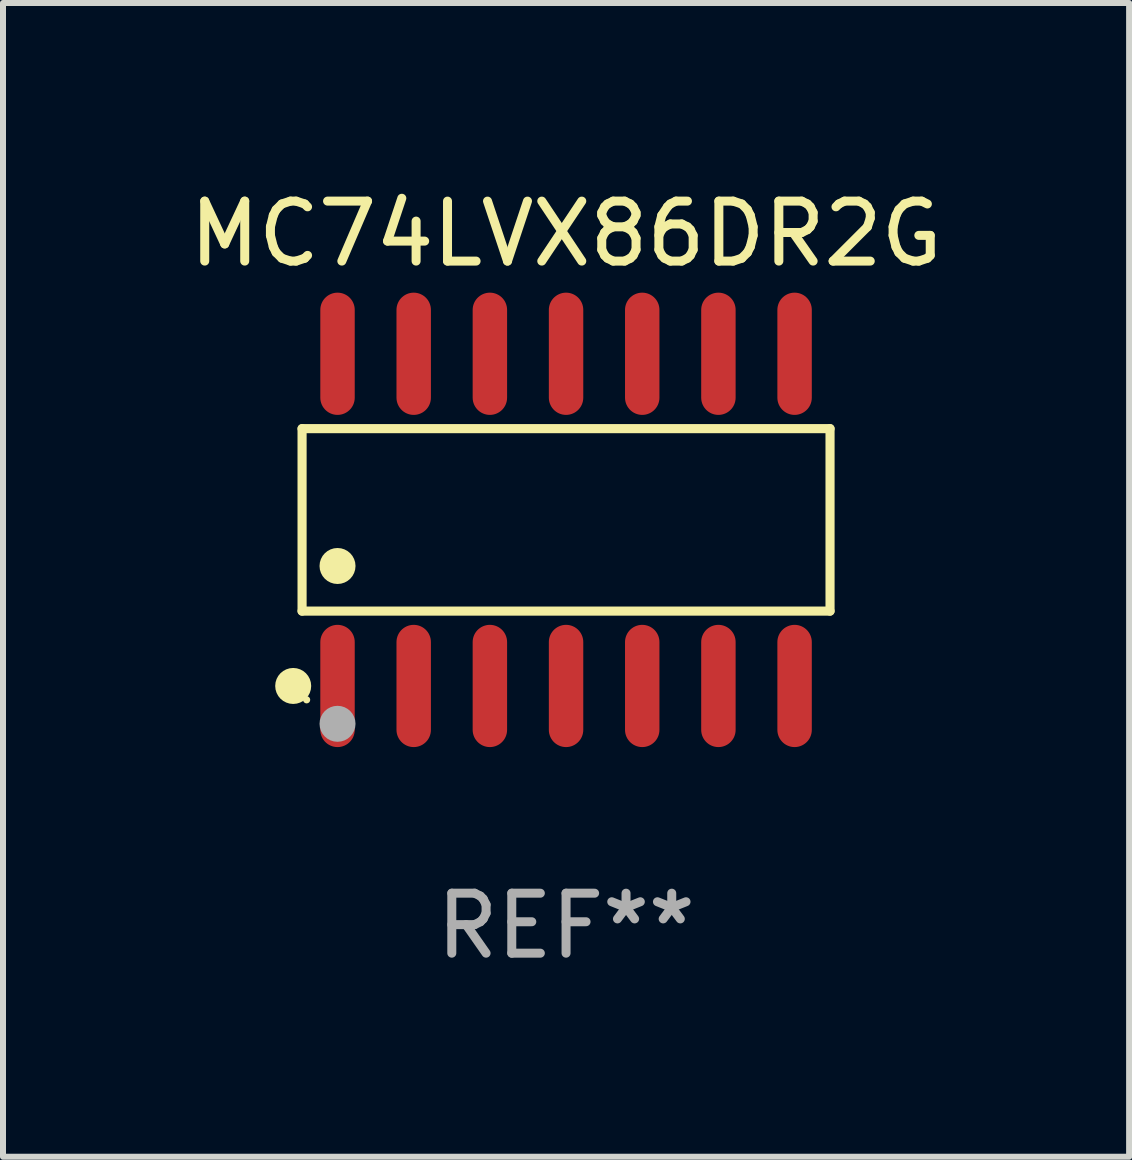
<source format=kicad_pcb>
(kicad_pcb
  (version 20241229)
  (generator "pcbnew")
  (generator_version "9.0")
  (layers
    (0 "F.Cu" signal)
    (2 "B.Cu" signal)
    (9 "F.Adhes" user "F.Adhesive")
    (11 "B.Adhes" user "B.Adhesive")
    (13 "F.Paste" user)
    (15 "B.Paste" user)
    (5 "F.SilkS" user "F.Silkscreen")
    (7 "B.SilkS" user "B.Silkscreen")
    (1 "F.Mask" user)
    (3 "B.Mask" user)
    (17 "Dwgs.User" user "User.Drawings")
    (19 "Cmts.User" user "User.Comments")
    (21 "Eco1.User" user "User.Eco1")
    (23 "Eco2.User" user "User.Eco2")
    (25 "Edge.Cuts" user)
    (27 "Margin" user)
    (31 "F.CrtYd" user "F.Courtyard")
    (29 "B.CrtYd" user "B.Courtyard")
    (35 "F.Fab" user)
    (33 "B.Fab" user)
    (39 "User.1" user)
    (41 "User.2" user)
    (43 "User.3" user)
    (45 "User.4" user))
  (footprint "MC74LVX86DR2G"
    (layer "F.Cu")
    (at 6.387 5.617)
    (property "Reference" "MC74LVX86DR2G" (at 0 -4.769 0) (layer "F.SilkS") (effects (font (size 1 1) (thickness 0.15))))
    (attr through_hole)
    (fp_line (start -4.401 -1.521) (end 4.401 -1.521) (stroke (width 0.152) (type solid)) (layer "F.SilkS"))
    (fp_line (start -4.401 1.521) (end -4.401 -1.521) (stroke (width 0.152) (type solid)) (layer "F.SilkS"))
    (fp_line (start 4.401 -1.521) (end 4.401 1.521) (stroke (width 0.152) (type solid)) (layer "F.SilkS"))
    (fp_line (start 4.401 1.521) (end -4.401 1.521) (stroke (width 0.152) (type solid)) (layer "F.SilkS"))
    (fp_circle (center -4.549 2.769) (end -4.399 2.769) (stroke (width 0.3) (type solid)) (fill no) (layer "F.SilkS"))
    (fp_circle (center -4.325 3) (end -4.295 3) (stroke (width 0.06) (type solid)) (fill no) (layer "F.SilkS"))
    (fp_circle (center -3.81 0.769) (end -3.66 0.769) (stroke (width 0.3) (type solid)) (fill no) (layer "F.SilkS"))
    (fp_circle (center -3.81 3.4) (end -3.66 3.4) (stroke (width 0.3) (type solid)) (fill no) (layer "F.Fab"))
    (fp_text user "REF**" (at 0 6.769 0) (layer "F.Fab") (effects (font (size 1 1) (thickness 0.15))))
    (pad "1" smd oval (at -3.81 2.769) (size 0.574 2.038) (layers "F.Cu" "F.Mask" "F.Paste"))
    (pad "2" smd oval (at -2.54 2.769) (size 0.574 2.038) (layers "F.Cu" "F.Mask" "F.Paste"))
    (pad "3" smd oval (at -1.27 2.769) (size 0.574 2.038) (layers "F.Cu" "F.Mask" "F.Paste"))
    (pad "4" smd oval (at 0 2.769) (size 0.574 2.038) (layers "F.Cu" "F.Mask" "F.Paste"))
    (pad "5" smd oval (at 1.27 2.769) (size 0.574 2.038) (layers "F.Cu" "F.Mask" "F.Paste"))
    (pad "6" smd oval (at 2.54 2.769) (size 0.574 2.038) (layers "F.Cu" "F.Mask" "F.Paste"))
    (pad "7" smd oval (at 3.81 2.769) (size 0.574 2.038) (layers "F.Cu" "F.Mask" "F.Paste"))
    (pad "8" smd oval (at 3.81 -2.769) (size 0.574 2.038) (layers "F.Cu" "F.Mask" "F.Paste"))
    (pad "9" smd oval (at 2.54 -2.769) (size 0.574 2.038) (layers "F.Cu" "F.Mask" "F.Paste"))
    (pad "10" smd oval (at 1.27 -2.769) (size 0.574 2.038) (layers "F.Cu" "F.Mask" "F.Paste"))
    (pad "11" smd oval (at 0 -2.769) (size 0.574 2.038) (layers "F.Cu" "F.Mask" "F.Paste"))
    (pad "12" smd oval (at -1.27 -2.769) (size 0.574 2.038) (layers "F.Cu" "F.Mask" "F.Paste"))
    (pad "13" smd oval (at -2.54 -2.769) (size 0.574 2.038) (layers "F.Cu" "F.Mask" "F.Paste"))
    (pad "14" smd oval (at -3.81 -2.769) (size 0.574 2.038) (layers "F.Cu" "F.Mask" "F.Paste")))
  (gr_rect
    (start -3 -3)
    (end 15.774 16.235)
    (stroke (width 0.1) (type default))
    (fill no)
    (layer "Edge.Cuts")))
</source>
